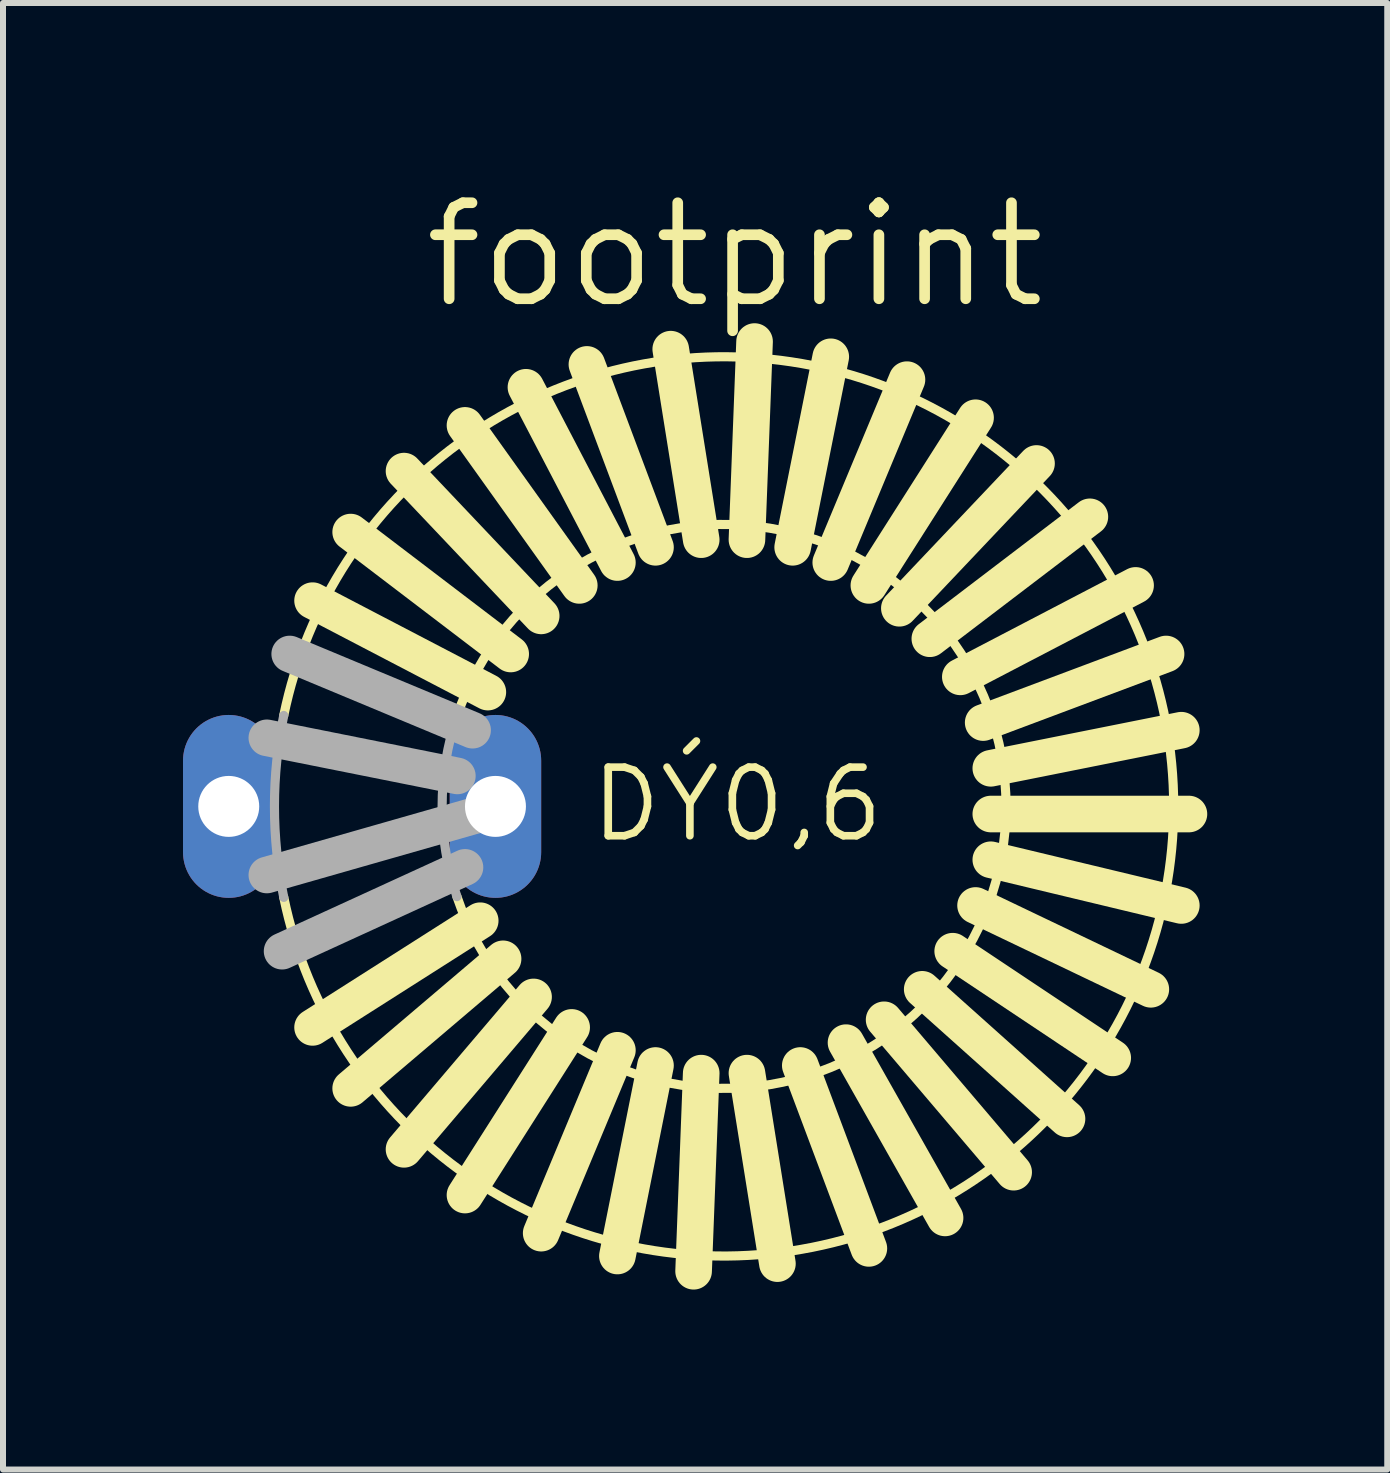
<source format=kicad_pcb>
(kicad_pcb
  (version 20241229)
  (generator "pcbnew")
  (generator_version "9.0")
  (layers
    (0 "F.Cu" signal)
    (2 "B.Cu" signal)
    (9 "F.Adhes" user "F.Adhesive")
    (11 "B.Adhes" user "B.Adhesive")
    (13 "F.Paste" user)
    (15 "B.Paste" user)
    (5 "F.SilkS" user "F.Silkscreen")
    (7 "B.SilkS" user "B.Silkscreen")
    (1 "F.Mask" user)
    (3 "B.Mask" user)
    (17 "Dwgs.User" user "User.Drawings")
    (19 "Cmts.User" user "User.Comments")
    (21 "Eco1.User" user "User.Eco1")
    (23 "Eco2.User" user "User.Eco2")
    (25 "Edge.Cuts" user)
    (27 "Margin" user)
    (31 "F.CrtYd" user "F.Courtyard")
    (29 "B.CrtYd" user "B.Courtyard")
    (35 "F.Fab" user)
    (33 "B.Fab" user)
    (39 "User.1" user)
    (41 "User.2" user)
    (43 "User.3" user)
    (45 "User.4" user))
  (footprint "footprint"
    (layer "F.Cu")
    (at 9.017 10.389)
    (property "Reference" "footprint" (at -5.08 -8.255 0) (layer "F.SilkS") (effects (font (size 1.6 1.6) (thickness 0.178)) (justify left bottom)))
    (fp_line (start -4.064 1.905) (end -6.858 3.683) (stroke (width 0.61) (type solid)) (layer "F.SilkS"))
    (fp_line (start -3.937 -1.905) (end -6.858 -3.429) (stroke (width 0.61) (type solid)) (layer "F.SilkS"))
    (fp_line (start -3.683 2.54) (end -6.223 4.699) (stroke (width 0.61) (type solid)) (layer "F.SilkS"))
    (fp_line (start -3.556 -2.54) (end -6.223 -4.572) (stroke (width 0.61) (type solid)) (layer "F.SilkS"))
    (fp_line (start -3.175 3.175) (end -5.334 5.715) (stroke (width 0.61) (type solid)) (layer "F.SilkS"))
    (fp_line (start -3.048 -3.175) (end -5.334 -5.588) (stroke (width 0.61) (type solid)) (layer "F.SilkS"))
    (fp_line (start -2.54 3.683) (end -4.318 6.477) (stroke (width 0.61) (type solid)) (layer "F.SilkS"))
    (fp_line (start -2.413 -3.683) (end -4.318 -6.35) (stroke (width 0.61) (type solid)) (layer "F.SilkS"))
    (fp_line (start -1.778 -4.064) (end -3.302 -6.985) (stroke (width 0.61) (type solid)) (layer "F.SilkS"))
    (fp_line (start -1.778 4.064) (end -3.048 7.112) (stroke (width 0.61) (type solid)) (layer "F.SilkS"))
    (fp_line (start -1.143 -4.318) (end -2.286 -7.366) (stroke (width 0.61) (type solid)) (layer "F.SilkS"))
    (fp_line (start -1.143 4.318) (end -1.778 7.493) (stroke (width 0.61) (type solid)) (layer "F.SilkS"))
    (fp_line (start -0.381 -4.445) (end -0.889 -7.62) (stroke (width 0.61) (type solid)) (layer "F.SilkS"))
    (fp_line (start -0.381 4.445) (end -0.508 7.747) (stroke (width 0.61) (type solid)) (layer "F.SilkS"))
    (fp_line (start 0.381 -4.445) (end 0.508 -7.747) (stroke (width 0.61) (type solid)) (layer "F.SilkS"))
    (fp_line (start 0.381 4.445) (end 0.889 7.62) (stroke (width 0.61) (type solid)) (layer "F.SilkS"))
    (fp_line (start 1.143 -4.318) (end 1.778 -7.493) (stroke (width 0.61) (type solid)) (layer "F.SilkS"))
    (fp_line (start 1.27 4.318) (end 2.413 7.366) (stroke (width 0.61) (type solid)) (layer "F.SilkS"))
    (fp_line (start 1.778 -4.064) (end 3.048 -7.112) (stroke (width 0.61) (type solid)) (layer "F.SilkS"))
    (fp_line (start 2.032 3.937) (end 3.683 6.858) (stroke (width 0.61) (type solid)) (layer "F.SilkS"))
    (fp_line (start 2.413 -3.683) (end 4.191 -6.477) (stroke (width 0.61) (type solid)) (layer "F.SilkS"))
    (fp_line (start 2.667 3.556) (end 4.826 6.096) (stroke (width 0.61) (type solid)) (layer "F.SilkS"))
    (fp_line (start 2.921 -3.302) (end 5.207 -5.715) (stroke (width 0.61) (type solid)) (layer "F.SilkS"))
    (fp_line (start 3.302 3.048) (end 5.715 5.207) (stroke (width 0.61) (type solid)) (layer "F.SilkS"))
    (fp_line (start 3.429 -2.794) (end 6.096 -4.826) (stroke (width 0.61) (type solid)) (layer "F.SilkS"))
    (fp_line (start 3.81 2.413) (end 6.477 4.191) (stroke (width 0.61) (type solid)) (layer "F.SilkS"))
    (fp_line (start 3.937 -2.159) (end 6.858 -3.683) (stroke (width 0.61) (type solid)) (layer "F.SilkS"))
    (fp_line (start 4.191 1.651) (end 7.112 3.048) (stroke (width 0.61) (type solid)) (layer "F.SilkS"))
    (fp_line (start 4.318 -1.397) (end 7.366 -2.54) (stroke (width 0.61) (type solid)) (layer "F.SilkS"))
    (fp_line (start 4.445 -0.635) (end 7.62 -1.27) (stroke (width 0.61) (type solid)) (layer "F.SilkS"))
    (fp_line (start 4.445 0.127) (end 7.747 0.127) (stroke (width 0.61) (type solid)) (layer "F.SilkS"))
    (fp_line (start 4.445 0.889) (end 7.62 1.651) (stroke (width 0.61) (type solid)) (layer "F.SilkS"))
    (fp_arc (start -7.338 -1.5161) (mid 7.492984 0) (end -7.338 1.5161) (stroke (width 0.1524) (type solid)) (layer "F.SilkS"))
    (fp_arc (start -4.4519 -1.5038) (mid 4.699024 0) (end -4.4519 1.5038) (stroke (width 0.1524) (type solid)) (layer "F.SilkS"))
    (fp_line (start -4.445 -0.508) (end -7.62 -1.143) (stroke (width 0.61) (type solid)) (layer "F.Fab"))
    (fp_line (start -4.318 1.016) (end -7.366 2.413) (stroke (width 0.61) (type solid)) (layer "F.Fab"))
    (fp_line (start -4.191 -1.27) (end -7.239 -2.54) (stroke (width 0.61) (type solid)) (layer "F.Fab"))
    (fp_line (start -4.064 0.127) (end -7.62 1.143) (stroke (width 0.61) (type solid)) (layer "F.Fab"))
    (fp_arc (start -7.338 1.5161) (mid -7.492984 0) (end -7.338 -1.5161) (stroke (width 0.1524) (type solid)) (layer "F.Fab"))
    (fp_arc (start -4.4519 1.5038) (mid -4.699024 0) (end -4.4519 -1.5038) (stroke (width 0.1524) (type solid)) (layer "F.Fab"))
    (fp_text user "DÝ0,6" (at -2.286 0.635 0) (layer "F.SilkS") (effects (font (size 1.143 1.143) (thickness 0.127)) (justify left bottom)))
    (pad "1" thru_hole oval (at -8.255 0 90) (size 3.048 1.524) (drill 1.016) (layers "*.Cu" "*.Mask"))
    (pad "2" thru_hole oval (at -3.81 0 90) (size 3.048 1.524) (drill 1.016) (layers "*.Cu" "*.Mask")))
  (gr_rect
    (start -3 -3)
    (end 20.069 21.44)
    (stroke (width 0.1) (type default))
    (fill no)
    (layer "Edge.Cuts")))
</source>
